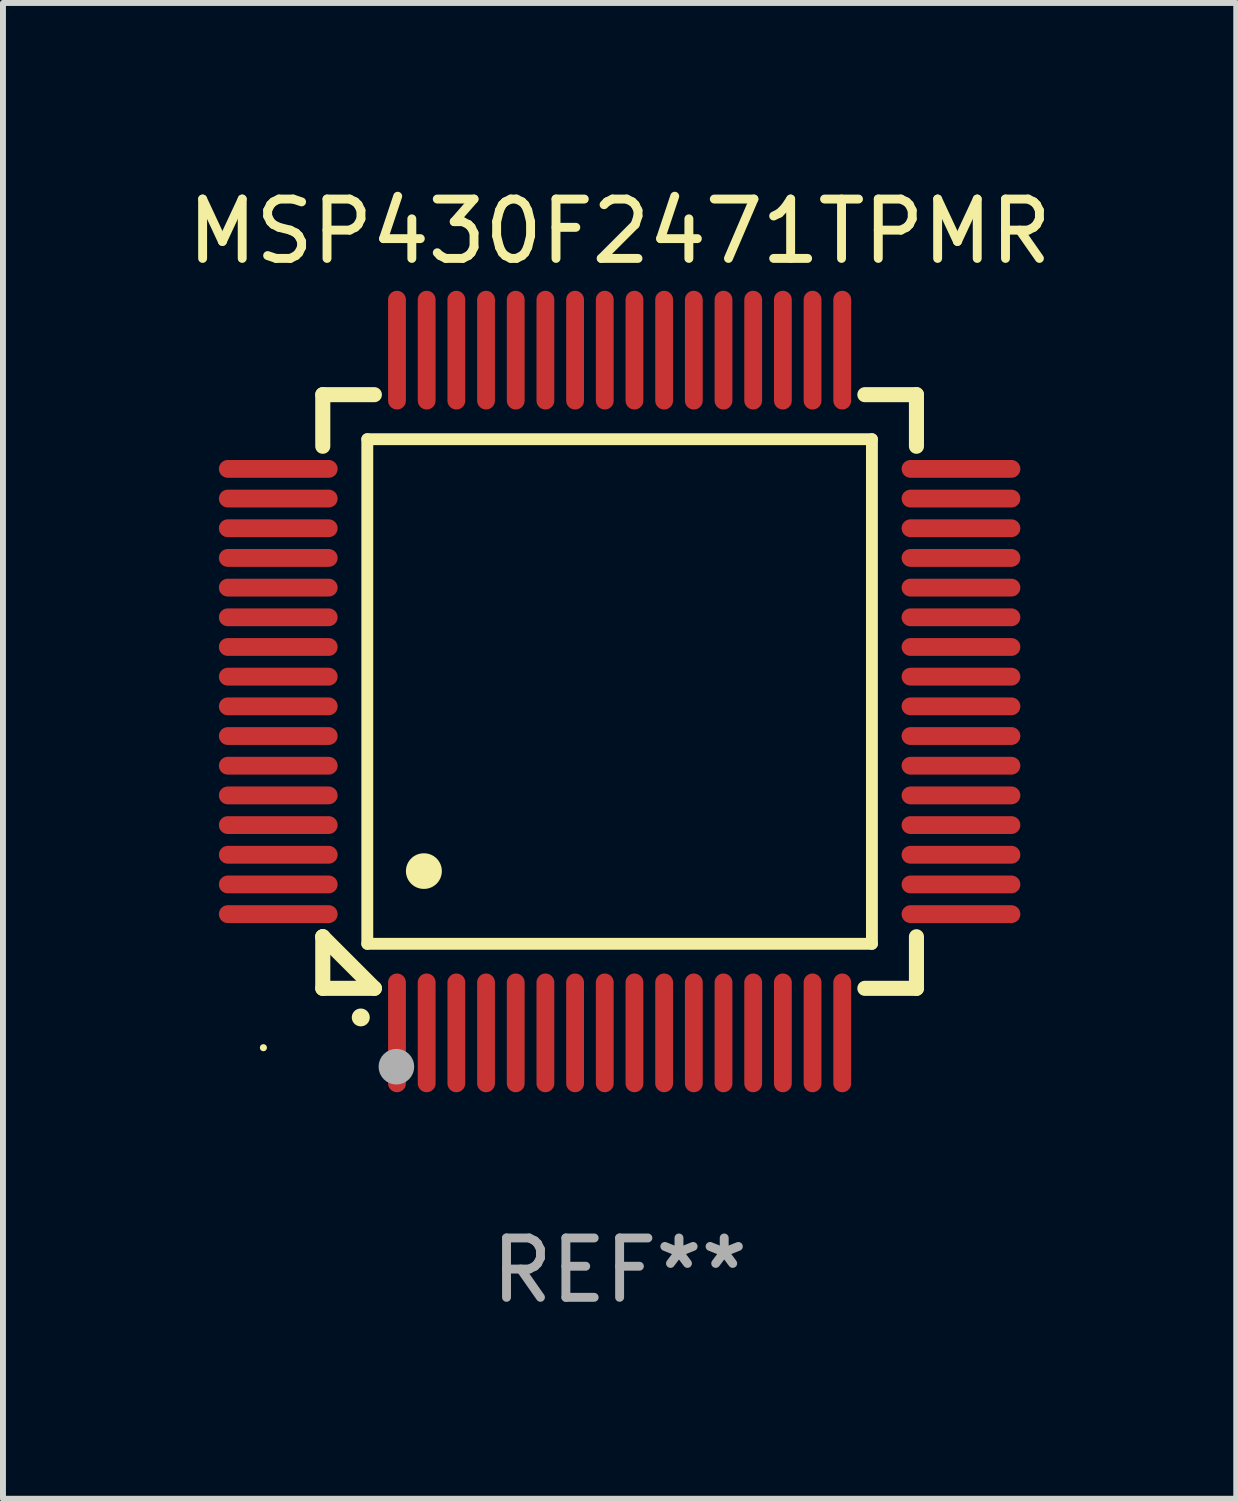
<source format=kicad_pcb>
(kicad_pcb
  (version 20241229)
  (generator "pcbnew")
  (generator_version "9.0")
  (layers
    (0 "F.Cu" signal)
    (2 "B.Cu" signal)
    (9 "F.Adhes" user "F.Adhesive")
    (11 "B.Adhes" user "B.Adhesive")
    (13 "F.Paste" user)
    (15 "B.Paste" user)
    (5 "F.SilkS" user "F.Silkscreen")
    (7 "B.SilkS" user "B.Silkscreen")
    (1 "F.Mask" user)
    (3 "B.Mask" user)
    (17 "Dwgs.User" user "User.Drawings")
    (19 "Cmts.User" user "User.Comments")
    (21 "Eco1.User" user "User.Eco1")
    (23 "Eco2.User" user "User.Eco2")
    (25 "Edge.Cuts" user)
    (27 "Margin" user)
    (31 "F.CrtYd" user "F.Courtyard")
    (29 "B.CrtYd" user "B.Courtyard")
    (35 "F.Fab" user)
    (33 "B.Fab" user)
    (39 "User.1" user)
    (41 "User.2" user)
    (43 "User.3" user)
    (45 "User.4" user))
  (footprint "MSP430F2471TPMR"
    (layer "F.Cu")
    (at 7.387 8.598)
    (property "Reference" "MSP430F2471TPMR" (at 0 -7.75 0) (layer "F.SilkS") (effects (font (size 1 1) (thickness 0.15))))
    (attr through_hole)
    (fp_line (start -5 -5) (end -4.131 -5) (stroke (width 0.254) (type solid)) (layer "F.SilkS"))
    (fp_line (start -5 -4.131) (end -5 -5) (stroke (width 0.254) (type solid)) (layer "F.SilkS"))
    (fp_line (start -5 4.131) (end -5 4.131) (stroke (width 0.254) (type solid)) (layer "F.SilkS"))
    (fp_line (start -5 5) (end -5 4.131) (stroke (width 0.254) (type solid)) (layer "F.SilkS"))
    (fp_line (start -5 4.131) (end -4.131 5) (stroke (width 0.254) (type solid)) (layer "F.SilkS"))
    (fp_line (start -4.25 -4.25) (end -4.25 4.25) (stroke (width 0.2) (type solid)) (layer "F.SilkS"))
    (fp_line (start -4.25 4.25) (end 4.25 4.25) (stroke (width 0.2) (type solid)) (layer "F.SilkS"))
    (fp_line (start -4.131 5) (end -5 5) (stroke (width 0.254) (type solid)) (layer "F.SilkS"))
    (fp_line (start 4.25 -4.25) (end -4.25 -4.25) (stroke (width 0.2) (type solid)) (layer "F.SilkS"))
    (fp_line (start 4.25 4.25) (end 4.25 -4.25) (stroke (width 0.2) (type solid)) (layer "F.SilkS"))
    (fp_line (start 5 -5) (end 4.131 -5) (stroke (width 0.254) (type solid)) (layer "F.SilkS"))
    (fp_line (start 5 -5) (end 5 -4.131) (stroke (width 0.254) (type solid)) (layer "F.SilkS"))
    (fp_line (start 5 4.131) (end 5 5) (stroke (width 0.254) (type solid)) (layer "F.SilkS"))
    (fp_line (start 5 5) (end 4.131 5) (stroke (width 0.254) (type solid)) (layer "F.SilkS"))
    (fp_arc (start -4.361265 5.489992) (mid -4.359995 5.489987) (end -4.358725 5.489992) (stroke (width 0.3) (type solid)) (layer "F.SilkS"))
    (fp_arc (start -3.299467 3.025146) (mid -3.296927 3.025135) (end -3.294387 3.025146) (stroke (width 0.6) (type solid)) (layer "F.SilkS"))
    (fp_circle (center -6 6) (end -5.97 6) (stroke (width 0.06) (type solid)) (fill no) (layer "F.SilkS"))
    (fp_circle (center -3.76 6.32) (end -3.61 6.32) (stroke (width 0.3) (type solid)) (fill no) (layer "F.Fab"))
    (fp_text user "REF**" (at 0 9.75 0) (layer "F.Fab") (effects (font (size 1 1) (thickness 0.15))))
    (pad "1" smd oval (at -3.75 5.75) (size 0.3 2) (layers "F.Cu" "F.Mask" "F.Paste"))
    (pad "2" smd oval (at -3.25 5.75) (size 0.3 2) (layers "F.Cu" "F.Mask" "F.Paste"))
    (pad "3" smd oval (at -2.75 5.75) (size 0.3 2) (layers "F.Cu" "F.Mask" "F.Paste"))
    (pad "4" smd oval (at -2.25 5.75) (size 0.3 2) (layers "F.Cu" "F.Mask" "F.Paste"))
    (pad "5" smd oval (at -1.75 5.75) (size 0.3 2) (layers "F.Cu" "F.Mask" "F.Paste"))
    (pad "6" smd oval (at -1.25 5.75) (size 0.3 2) (layers "F.Cu" "F.Mask" "F.Paste"))
    (pad "7" smd oval (at -0.75 5.75) (size 0.3 2) (layers "F.Cu" "F.Mask" "F.Paste"))
    (pad "8" smd oval (at -0.25 5.75) (size 0.3 2) (layers "F.Cu" "F.Mask" "F.Paste"))
    (pad "9" smd oval (at 0.25 5.75) (size 0.3 2) (layers "F.Cu" "F.Mask" "F.Paste"))
    (pad "10" smd oval (at 0.75 5.75) (size 0.3 2) (layers "F.Cu" "F.Mask" "F.Paste"))
    (pad "11" smd oval (at 1.25 5.75) (size 0.3 2) (layers "F.Cu" "F.Mask" "F.Paste"))
    (pad "12" smd oval (at 1.75 5.75) (size 0.3 2) (layers "F.Cu" "F.Mask" "F.Paste"))
    (pad "13" smd oval (at 2.25 5.75) (size 0.3 2) (layers "F.Cu" "F.Mask" "F.Paste"))
    (pad "14" smd oval (at 2.75 5.75) (size 0.3 2) (layers "F.Cu" "F.Mask" "F.Paste"))
    (pad "15" smd oval (at 3.25 5.75) (size 0.3 2) (layers "F.Cu" "F.Mask" "F.Paste"))
    (pad "16" smd oval (at 3.75 5.75) (size 0.3 2) (layers "F.Cu" "F.Mask" "F.Paste"))
    (pad "17" smd oval (at 5.75 3.75) (size 2 0.3) (layers "F.Cu" "F.Mask" "F.Paste"))
    (pad "18" smd oval (at 5.75 3.25) (size 2 0.3) (layers "F.Cu" "F.Mask" "F.Paste"))
    (pad "19" smd oval (at 5.75 2.75) (size 2 0.3) (layers "F.Cu" "F.Mask" "F.Paste"))
    (pad "20" smd oval (at 5.75 2.25) (size 2 0.3) (layers "F.Cu" "F.Mask" "F.Paste"))
    (pad "21" smd oval (at 5.75 1.75) (size 2 0.3) (layers "F.Cu" "F.Mask" "F.Paste"))
    (pad "22" smd oval (at 5.75 1.25) (size 2 0.3) (layers "F.Cu" "F.Mask" "F.Paste"))
    (pad "23" smd oval (at 5.75 0.75) (size 2 0.3) (layers "F.Cu" "F.Mask" "F.Paste"))
    (pad "24" smd oval (at 5.75 0.25) (size 2 0.3) (layers "F.Cu" "F.Mask" "F.Paste"))
    (pad "25" smd oval (at 5.75 -0.25) (size 2 0.3) (layers "F.Cu" "F.Mask" "F.Paste"))
    (pad "26" smd oval (at 5.75 -0.75) (size 2 0.3) (layers "F.Cu" "F.Mask" "F.Paste"))
    (pad "27" smd oval (at 5.75 -1.25) (size 2 0.3) (layers "F.Cu" "F.Mask" "F.Paste"))
    (pad "28" smd oval (at 5.75 -1.75) (size 2 0.3) (layers "F.Cu" "F.Mask" "F.Paste"))
    (pad "29" smd oval (at 5.75 -2.25) (size 2 0.3) (layers "F.Cu" "F.Mask" "F.Paste"))
    (pad "30" smd oval (at 5.75 -2.75) (size 2 0.3) (layers "F.Cu" "F.Mask" "F.Paste"))
    (pad "31" smd oval (at 5.75 -3.25) (size 2 0.3) (layers "F.Cu" "F.Mask" "F.Paste"))
    (pad "32" smd oval (at 5.75 -3.75) (size 2 0.3) (layers "F.Cu" "F.Mask" "F.Paste"))
    (pad "33" smd oval (at 3.75 -5.75) (size 0.3 2) (layers "F.Cu" "F.Mask" "F.Paste"))
    (pad "34" smd oval (at 3.25 -5.75) (size 0.3 2) (layers "F.Cu" "F.Mask" "F.Paste"))
    (pad "35" smd oval (at 2.75 -5.75) (size 0.3 2) (layers "F.Cu" "F.Mask" "F.Paste"))
    (pad "36" smd oval (at 2.25 -5.75) (size 0.3 2) (layers "F.Cu" "F.Mask" "F.Paste"))
    (pad "37" smd oval (at 1.75 -5.75) (size 0.3 2) (layers "F.Cu" "F.Mask" "F.Paste"))
    (pad "38" smd oval (at 1.25 -5.75) (size 0.3 2) (layers "F.Cu" "F.Mask" "F.Paste"))
    (pad "39" smd oval (at 0.75 -5.75) (size 0.3 2) (layers "F.Cu" "F.Mask" "F.Paste"))
    (pad "40" smd oval (at 0.25 -5.75) (size 0.3 2) (layers "F.Cu" "F.Mask" "F.Paste"))
    (pad "41" smd oval (at -0.25 -5.75) (size 0.3 2) (layers "F.Cu" "F.Mask" "F.Paste"))
    (pad "42" smd oval (at -0.75 -5.75) (size 0.3 2) (layers "F.Cu" "F.Mask" "F.Paste"))
    (pad "43" smd oval (at -1.25 -5.75) (size 0.3 2) (layers "F.Cu" "F.Mask" "F.Paste"))
    (pad "44" smd oval (at -1.75 -5.75) (size 0.3 2) (layers "F.Cu" "F.Mask" "F.Paste"))
    (pad "45" smd oval (at -2.25 -5.75) (size 0.3 2) (layers "F.Cu" "F.Mask" "F.Paste"))
    (pad "46" smd oval (at -2.75 -5.75) (size 0.3 2) (layers "F.Cu" "F.Mask" "F.Paste"))
    (pad "47" smd oval (at -3.25 -5.75) (size 0.3 2) (layers "F.Cu" "F.Mask" "F.Paste"))
    (pad "48" smd oval (at -3.75 -5.75) (size 0.3 2) (layers "F.Cu" "F.Mask" "F.Paste"))
    (pad "49" smd oval (at -5.75 -3.75) (size 2 0.3) (layers "F.Cu" "F.Mask" "F.Paste"))
    (pad "50" smd oval (at -5.75 -3.25) (size 2 0.3) (layers "F.Cu" "F.Mask" "F.Paste"))
    (pad "51" smd oval (at -5.75 -2.75) (size 2 0.3) (layers "F.Cu" "F.Mask" "F.Paste"))
    (pad "52" smd oval (at -5.75 -2.25) (size 2 0.3) (layers "F.Cu" "F.Mask" "F.Paste"))
    (pad "53" smd oval (at -5.75 -1.75) (size 2 0.3) (layers "F.Cu" "F.Mask" "F.Paste"))
    (pad "54" smd oval (at -5.75 -1.25) (size 2 0.3) (layers "F.Cu" "F.Mask" "F.Paste"))
    (pad "55" smd oval (at -5.75 -0.75) (size 2 0.3) (layers "F.Cu" "F.Mask" "F.Paste"))
    (pad "56" smd oval (at -5.75 -0.25) (size 2 0.3) (layers "F.Cu" "F.Mask" "F.Paste"))
    (pad "57" smd oval (at -5.75 0.25) (size 2 0.3) (layers "F.Cu" "F.Mask" "F.Paste"))
    (pad "58" smd oval (at -5.75 0.75) (size 2 0.3) (layers "F.Cu" "F.Mask" "F.Paste"))
    (pad "59" smd oval (at -5.75 1.25) (size 2 0.3) (layers "F.Cu" "F.Mask" "F.Paste"))
    (pad "60" smd oval (at -5.75 1.75) (size 2 0.3) (layers "F.Cu" "F.Mask" "F.Paste"))
    (pad "61" smd oval (at -5.75 2.25) (size 2 0.3) (layers "F.Cu" "F.Mask" "F.Paste"))
    (pad "62" smd oval (at -5.75 2.75) (size 2 0.3) (layers "F.Cu" "F.Mask" "F.Paste"))
    (pad "63" smd oval (at -5.75 3.25) (size 2 0.3) (layers "F.Cu" "F.Mask" "F.Paste"))
    (pad "64" smd oval (at -5.75 3.75) (size 2 0.3) (layers "F.Cu" "F.Mask" "F.Paste")))
  (gr_rect
    (start -3 -3)
    (end 17.774 22.196)
    (stroke (width 0.1) (type default))
    (fill no)
    (layer "Edge.Cuts")))
</source>
